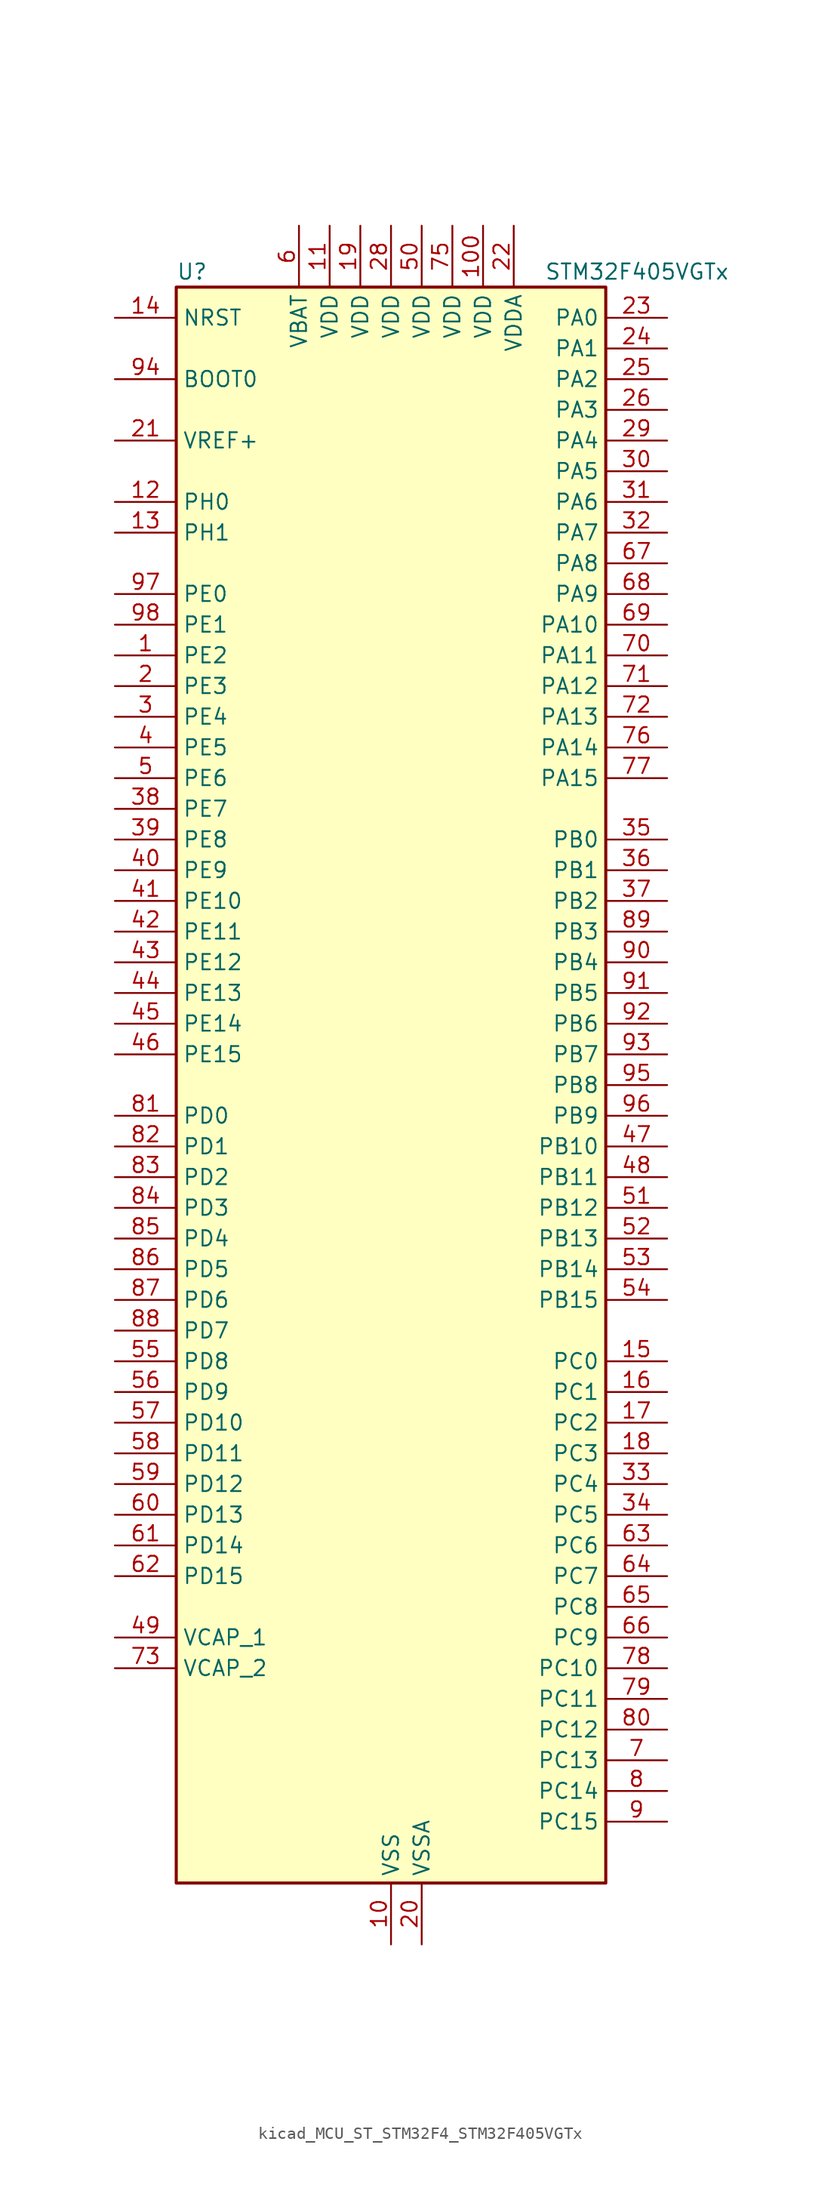
<source format=kicad_sym>
(kicad_symbol_lib
  (version 20220914)
  (generator kicad_symbol_editor)
  (symbol "kicad_MCU_ST_STM32F4_STM32F405VGTx"
    (property "Reference" "U"
      (at -17.78 67.31 0)
      (effects (font (size 1.27 1.27)) (justify left)))
    (property "Value" "STM32F405VGTx"
      (at 12.7 67.31 0)
      (effects (font (size 1.27 1.27)) (justify left)))
    (property "ki_locked" ""
      (at 0 0 0)
      (effects (font (size 1.27 1.27))))
    (symbol "kicad_MCU_ST_STM32F4_STM32F405VGTx_0_1"
      (rectangle (start -17.78 -66.04) (end 17.78 66.04) (stroke (width 0.254) (type default)) (fill (type background))))
    (symbol "kicad_MCU_ST_STM32F4_STM32F405VGTx_1_1"
      (pin bidirectional line (at -22.86 35.56 0) (length 5.08) (name "PE2" (effects (font (size 1.27 1.27)))) (number "1" (effects (font (size 1.27 1.27)))) (alternate "FSMC_A23" bidirectional line) (alternate "SYS_TRACECLK" bidirectional line))
      (pin power_in line (at 0 -71.12 90) (length 5.08) (name "VSS" (effects (font (size 1.27 1.27)))) (number "10" (effects (font (size 1.27 1.27)))))
      (pin power_in line (at 7.62 71.12 270) (length 5.08) (name "VDD" (effects (font (size 1.27 1.27)))) (number "100" (effects (font (size 1.27 1.27)))))
      (pin power_in line (at -5.08 71.12 270) (length 5.08) (name "VDD" (effects (font (size 1.27 1.27)))) (number "11" (effects (font (size 1.27 1.27)))))
      (pin bidirectional line (at -22.86 48.26 0) (length 5.08) (name "PH0" (effects (font (size 1.27 1.27)))) (number "12" (effects (font (size 1.27 1.27)))) (alternate "RCC_OSC_IN" bidirectional line))
      (pin bidirectional line (at -22.86 45.72 0) (length 5.08) (name "PH1" (effects (font (size 1.27 1.27)))) (number "13" (effects (font (size 1.27 1.27)))) (alternate "RCC_OSC_OUT" bidirectional line))
      (pin input line (at -22.86 63.5 0) (length 5.08) (name "NRST" (effects (font (size 1.27 1.27)))) (number "14" (effects (font (size 1.27 1.27)))))
      (pin bidirectional line (at 22.86 -22.86 180) (length 5.08) (name "PC0" (effects (font (size 1.27 1.27)))) (number "15" (effects (font (size 1.27 1.27)))) (alternate "ADC1_IN10" bidirectional line) (alternate "ADC2_IN10" bidirectional line) (alternate "ADC3_IN10" bidirectional line) (alternate "USB_OTG_HS_ULPI_STP" bidirectional line))
      (pin bidirectional line (at 22.86 -25.4 180) (length 5.08) (name "PC1" (effects (font (size 1.27 1.27)))) (number "16" (effects (font (size 1.27 1.27)))) (alternate "ADC1_IN11" bidirectional line) (alternate "ADC2_IN11" bidirectional line) (alternate "ADC3_IN11" bidirectional line))
      (pin bidirectional line (at 22.86 -27.94 180) (length 5.08) (name "PC2" (effects (font (size 1.27 1.27)))) (number "17" (effects (font (size 1.27 1.27)))) (alternate "ADC1_IN12" bidirectional line) (alternate "ADC2_IN12" bidirectional line) (alternate "ADC3_IN12" bidirectional line) (alternate "I2S2_ext_SD" bidirectional line) (alternate "SPI2_MISO" bidirectional line) (alternate "USB_OTG_HS_ULPI_DIR" bidirectional line))
      (pin bidirectional line (at 22.86 -30.48 180) (length 5.08) (name "PC3" (effects (font (size 1.27 1.27)))) (number "18" (effects (font (size 1.27 1.27)))) (alternate "ADC1_IN13" bidirectional line) (alternate "ADC2_IN13" bidirectional line) (alternate "ADC3_IN13" bidirectional line) (alternate "I2S2_SD" bidirectional line) (alternate "SPI2_MOSI" bidirectional line) (alternate "USB_OTG_HS_ULPI_NXT" bidirectional line))
      (pin power_in line (at -2.54 71.12 270) (length 5.08) (name "VDD" (effects (font (size 1.27 1.27)))) (number "19" (effects (font (size 1.27 1.27)))))
      (pin bidirectional line (at -22.86 33.02 0) (length 5.08) (name "PE3" (effects (font (size 1.27 1.27)))) (number "2" (effects (font (size 1.27 1.27)))) (alternate "FSMC_A19" bidirectional line) (alternate "SYS_TRACED0" bidirectional line))
      (pin power_in line (at 2.54 -71.12 90) (length 5.08) (name "VSSA" (effects (font (size 1.27 1.27)))) (number "20" (effects (font (size 1.27 1.27)))))
      (pin input line (at -22.86 53.34 0) (length 5.08) (name "VREF+" (effects (font (size 1.27 1.27)))) (number "21" (effects (font (size 1.27 1.27)))))
      (pin power_in line (at 10.16 71.12 270) (length 5.08) (name "VDDA" (effects (font (size 1.27 1.27)))) (number "22" (effects (font (size 1.27 1.27)))))
      (pin bidirectional line (at 22.86 63.5 180) (length 5.08) (name "PA0" (effects (font (size 1.27 1.27)))) (number "23" (effects (font (size 1.27 1.27)))) (alternate "ADC1_IN0" bidirectional line) (alternate "ADC2_IN0" bidirectional line) (alternate "ADC3_IN0" bidirectional line) (alternate "SYS_WKUP" bidirectional line) (alternate "TIM2_CH1" bidirectional line) (alternate "TIM2_ETR" bidirectional line) (alternate "TIM5_CH1" bidirectional line) (alternate "TIM8_ETR" bidirectional line) (alternate "UART4_TX" bidirectional line) (alternate "USART2_CTS" bidirectional line))
      (pin bidirectional line (at 22.86 60.96 180) (length 5.08) (name "PA1" (effects (font (size 1.27 1.27)))) (number "24" (effects (font (size 1.27 1.27)))) (alternate "ADC1_IN1" bidirectional line) (alternate "ADC2_IN1" bidirectional line) (alternate "ADC3_IN1" bidirectional line) (alternate "TIM2_CH2" bidirectional line) (alternate "TIM5_CH2" bidirectional line) (alternate "UART4_RX" bidirectional line) (alternate "USART2_RTS" bidirectional line))
      (pin bidirectional line (at 22.86 58.42 180) (length 5.08) (name "PA2" (effects (font (size 1.27 1.27)))) (number "25" (effects (font (size 1.27 1.27)))) (alternate "ADC1_IN2" bidirectional line) (alternate "ADC2_IN2" bidirectional line) (alternate "ADC3_IN2" bidirectional line) (alternate "TIM2_CH3" bidirectional line) (alternate "TIM5_CH3" bidirectional line) (alternate "TIM9_CH1" bidirectional line) (alternate "USART2_TX" bidirectional line))
      (pin bidirectional line (at 22.86 55.88 180) (length 5.08) (name "PA3" (effects (font (size 1.27 1.27)))) (number "26" (effects (font (size 1.27 1.27)))) (alternate "ADC1_IN3" bidirectional line) (alternate "ADC2_IN3" bidirectional line) (alternate "ADC3_IN3" bidirectional line) (alternate "TIM2_CH4" bidirectional line) (alternate "TIM5_CH4" bidirectional line) (alternate "TIM9_CH2" bidirectional line) (alternate "USART2_RX" bidirectional line) (alternate "USB_OTG_HS_ULPI_D0" bidirectional line))
      (pin passive line (at 0 -71.12 90) (length 5.08) hide (name "VSS" (effects (font (size 1.27 1.27)))) (number "27" (effects (font (size 1.27 1.27)))))
      (pin power_in line (at 0 71.12 270) (length 5.08) (name "VDD" (effects (font (size 1.27 1.27)))) (number "28" (effects (font (size 1.27 1.27)))))
      (pin bidirectional line (at 22.86 53.34 180) (length 5.08) (name "PA4" (effects (font (size 1.27 1.27)))) (number "29" (effects (font (size 1.27 1.27)))) (alternate "ADC1_IN4" bidirectional line) (alternate "ADC2_IN4" bidirectional line) (alternate "DAC_OUT1" bidirectional line) (alternate "I2S3_WS" bidirectional line) (alternate "SPI1_NSS" bidirectional line) (alternate "SPI3_NSS" bidirectional line) (alternate "USART2_CK" bidirectional line) (alternate "USB_OTG_HS_SOF" bidirectional line))
      (pin bidirectional line (at -22.86 30.48 0) (length 5.08) (name "PE4" (effects (font (size 1.27 1.27)))) (number "3" (effects (font (size 1.27 1.27)))) (alternate "FSMC_A20" bidirectional line) (alternate "SYS_TRACED1" bidirectional line))
      (pin bidirectional line (at 22.86 50.8 180) (length 5.08) (name "PA5" (effects (font (size 1.27 1.27)))) (number "30" (effects (font (size 1.27 1.27)))) (alternate "ADC1_IN5" bidirectional line) (alternate "ADC2_IN5" bidirectional line) (alternate "DAC_OUT2" bidirectional line) (alternate "SPI1_SCK" bidirectional line) (alternate "TIM2_CH1" bidirectional line) (alternate "TIM2_ETR" bidirectional line) (alternate "TIM8_CH1N" bidirectional line) (alternate "USB_OTG_HS_ULPI_CK" bidirectional line))
      (pin bidirectional line (at 22.86 48.26 180) (length 5.08) (name "PA6" (effects (font (size 1.27 1.27)))) (number "31" (effects (font (size 1.27 1.27)))) (alternate "ADC1_IN6" bidirectional line) (alternate "ADC2_IN6" bidirectional line) (alternate "SPI1_MISO" bidirectional line) (alternate "TIM13_CH1" bidirectional line) (alternate "TIM1_BKIN" bidirectional line) (alternate "TIM3_CH1" bidirectional line) (alternate "TIM8_BKIN" bidirectional line))
      (pin bidirectional line (at 22.86 45.72 180) (length 5.08) (name "PA7" (effects (font (size 1.27 1.27)))) (number "32" (effects (font (size 1.27 1.27)))) (alternate "ADC1_IN7" bidirectional line) (alternate "ADC2_IN7" bidirectional line) (alternate "SPI1_MOSI" bidirectional line) (alternate "TIM14_CH1" bidirectional line) (alternate "TIM1_CH1N" bidirectional line) (alternate "TIM3_CH2" bidirectional line) (alternate "TIM8_CH1N" bidirectional line))
      (pin bidirectional line (at 22.86 -33.02 180) (length 5.08) (name "PC4" (effects (font (size 1.27 1.27)))) (number "33" (effects (font (size 1.27 1.27)))) (alternate "ADC1_IN14" bidirectional line) (alternate "ADC2_IN14" bidirectional line))
      (pin bidirectional line (at 22.86 -35.56 180) (length 5.08) (name "PC5" (effects (font (size 1.27 1.27)))) (number "34" (effects (font (size 1.27 1.27)))) (alternate "ADC1_IN15" bidirectional line) (alternate "ADC2_IN15" bidirectional line))
      (pin bidirectional line (at 22.86 20.32 180) (length 5.08) (name "PB0" (effects (font (size 1.27 1.27)))) (number "35" (effects (font (size 1.27 1.27)))) (alternate "ADC1_IN8" bidirectional line) (alternate "ADC2_IN8" bidirectional line) (alternate "TIM1_CH2N" bidirectional line) (alternate "TIM3_CH3" bidirectional line) (alternate "TIM8_CH2N" bidirectional line) (alternate "USB_OTG_HS_ULPI_D1" bidirectional line))
      (pin bidirectional line (at 22.86 17.78 180) (length 5.08) (name "PB1" (effects (font (size 1.27 1.27)))) (number "36" (effects (font (size 1.27 1.27)))) (alternate "ADC1_IN9" bidirectional line) (alternate "ADC2_IN9" bidirectional line) (alternate "TIM1_CH3N" bidirectional line) (alternate "TIM3_CH4" bidirectional line) (alternate "TIM8_CH3N" bidirectional line) (alternate "USB_OTG_HS_ULPI_D2" bidirectional line))
      (pin bidirectional line (at 22.86 15.24 180) (length 5.08) (name "PB2" (effects (font (size 1.27 1.27)))) (number "37" (effects (font (size 1.27 1.27)))))
      (pin bidirectional line (at -22.86 22.86 0) (length 5.08) (name "PE7" (effects (font (size 1.27 1.27)))) (number "38" (effects (font (size 1.27 1.27)))) (alternate "FSMC_D4" bidirectional line) (alternate "FSMC_DA4" bidirectional line) (alternate "TIM1_ETR" bidirectional line))
      (pin bidirectional line (at -22.86 20.32 0) (length 5.08) (name "PE8" (effects (font (size 1.27 1.27)))) (number "39" (effects (font (size 1.27 1.27)))) (alternate "FSMC_D5" bidirectional line) (alternate "FSMC_DA5" bidirectional line) (alternate "TIM1_CH1N" bidirectional line))
      (pin bidirectional line (at -22.86 27.94 0) (length 5.08) (name "PE5" (effects (font (size 1.27 1.27)))) (number "4" (effects (font (size 1.27 1.27)))) (alternate "FSMC_A21" bidirectional line) (alternate "SYS_TRACED2" bidirectional line) (alternate "TIM9_CH1" bidirectional line))
      (pin bidirectional line (at -22.86 17.78 0) (length 5.08) (name "PE9" (effects (font (size 1.27 1.27)))) (number "40" (effects (font (size 1.27 1.27)))) (alternate "DAC_EXTI9" bidirectional line) (alternate "FSMC_D6" bidirectional line) (alternate "FSMC_DA6" bidirectional line) (alternate "TIM1_CH1" bidirectional line))
      (pin bidirectional line (at -22.86 15.24 0) (length 5.08) (name "PE10" (effects (font (size 1.27 1.27)))) (number "41" (effects (font (size 1.27 1.27)))) (alternate "FSMC_D7" bidirectional line) (alternate "FSMC_DA7" bidirectional line) (alternate "TIM1_CH2N" bidirectional line))
      (pin bidirectional line (at -22.86 12.7 0) (length 5.08) (name "PE11" (effects (font (size 1.27 1.27)))) (number "42" (effects (font (size 1.27 1.27)))) (alternate "ADC1_EXTI11" bidirectional line) (alternate "ADC2_EXTI11" bidirectional line) (alternate "ADC3_EXTI11" bidirectional line) (alternate "FSMC_D8" bidirectional line) (alternate "FSMC_DA8" bidirectional line) (alternate "TIM1_CH2" bidirectional line))
      (pin bidirectional line (at -22.86 10.16 0) (length 5.08) (name "PE12" (effects (font (size 1.27 1.27)))) (number "43" (effects (font (size 1.27 1.27)))) (alternate "FSMC_D9" bidirectional line) (alternate "FSMC_DA9" bidirectional line) (alternate "TIM1_CH3N" bidirectional line))
      (pin bidirectional line (at -22.86 7.62 0) (length 5.08) (name "PE13" (effects (font (size 1.27 1.27)))) (number "44" (effects (font (size 1.27 1.27)))) (alternate "FSMC_D10" bidirectional line) (alternate "FSMC_DA10" bidirectional line) (alternate "TIM1_CH3" bidirectional line))
      (pin bidirectional line (at -22.86 5.08 0) (length 5.08) (name "PE14" (effects (font (size 1.27 1.27)))) (number "45" (effects (font (size 1.27 1.27)))) (alternate "FSMC_D11" bidirectional line) (alternate "FSMC_DA11" bidirectional line) (alternate "TIM1_CH4" bidirectional line))
      (pin bidirectional line (at -22.86 2.54 0) (length 5.08) (name "PE15" (effects (font (size 1.27 1.27)))) (number "46" (effects (font (size 1.27 1.27)))) (alternate "ADC1_EXTI15" bidirectional line) (alternate "ADC2_EXTI15" bidirectional line) (alternate "ADC3_EXTI15" bidirectional line) (alternate "FSMC_D12" bidirectional line) (alternate "FSMC_DA12" bidirectional line) (alternate "TIM1_BKIN" bidirectional line))
      (pin bidirectional line (at 22.86 -5.08 180) (length 5.08) (name "PB10" (effects (font (size 1.27 1.27)))) (number "47" (effects (font (size 1.27 1.27)))) (alternate "I2C2_SCL" bidirectional line) (alternate "I2S2_CK" bidirectional line) (alternate "SPI2_SCK" bidirectional line) (alternate "TIM2_CH3" bidirectional line) (alternate "USART3_TX" bidirectional line) (alternate "USB_OTG_HS_ULPI_D3" bidirectional line))
      (pin bidirectional line (at 22.86 -7.62 180) (length 5.08) (name "PB11" (effects (font (size 1.27 1.27)))) (number "48" (effects (font (size 1.27 1.27)))) (alternate "ADC1_EXTI11" bidirectional line) (alternate "ADC2_EXTI11" bidirectional line) (alternate "ADC3_EXTI11" bidirectional line) (alternate "I2C2_SDA" bidirectional line) (alternate "TIM2_CH4" bidirectional line) (alternate "USART3_RX" bidirectional line) (alternate "USB_OTG_HS_ULPI_D4" bidirectional line))
      (pin power_out line (at -22.86 -45.72 0) (length 5.08) (name "VCAP_1" (effects (font (size 1.27 1.27)))) (number "49" (effects (font (size 1.27 1.27)))))
      (pin bidirectional line (at -22.86 25.4 0) (length 5.08) (name "PE6" (effects (font (size 1.27 1.27)))) (number "5" (effects (font (size 1.27 1.27)))) (alternate "FSMC_A22" bidirectional line) (alternate "SYS_TRACED3" bidirectional line) (alternate "TIM9_CH2" bidirectional line))
      (pin power_in line (at 2.54 71.12 270) (length 5.08) (name "VDD" (effects (font (size 1.27 1.27)))) (number "50" (effects (font (size 1.27 1.27)))))
      (pin bidirectional line (at 22.86 -10.16 180) (length 5.08) (name "PB12" (effects (font (size 1.27 1.27)))) (number "51" (effects (font (size 1.27 1.27)))) (alternate "CAN2_RX" bidirectional line) (alternate "I2C2_SMBA" bidirectional line) (alternate "I2S2_WS" bidirectional line) (alternate "SPI2_NSS" bidirectional line) (alternate "TIM1_BKIN" bidirectional line) (alternate "USART3_CK" bidirectional line) (alternate "USB_OTG_HS_ID" bidirectional line) (alternate "USB_OTG_HS_ULPI_D5" bidirectional line))
      (pin bidirectional line (at 22.86 -12.7 180) (length 5.08) (name "PB13" (effects (font (size 1.27 1.27)))) (number "52" (effects (font (size 1.27 1.27)))) (alternate "CAN2_TX" bidirectional line) (alternate "I2S2_CK" bidirectional line) (alternate "SPI2_SCK" bidirectional line) (alternate "TIM1_CH1N" bidirectional line) (alternate "USART3_CTS" bidirectional line) (alternate "USB_OTG_HS_ULPI_D6" bidirectional line) (alternate "USB_OTG_HS_VBUS" bidirectional line))
      (pin bidirectional line (at 22.86 -15.24 180) (length 5.08) (name "PB14" (effects (font (size 1.27 1.27)))) (number "53" (effects (font (size 1.27 1.27)))) (alternate "I2S2_ext_SD" bidirectional line) (alternate "SPI2_MISO" bidirectional line) (alternate "TIM12_CH1" bidirectional line) (alternate "TIM1_CH2N" bidirectional line) (alternate "TIM8_CH2N" bidirectional line) (alternate "USART3_RTS" bidirectional line) (alternate "USB_OTG_HS_DM" bidirectional line))
      (pin bidirectional line (at 22.86 -17.78 180) (length 5.08) (name "PB15" (effects (font (size 1.27 1.27)))) (number "54" (effects (font (size 1.27 1.27)))) (alternate "ADC1_EXTI15" bidirectional line) (alternate "ADC2_EXTI15" bidirectional line) (alternate "ADC3_EXTI15" bidirectional line) (alternate "I2S2_SD" bidirectional line) (alternate "RTC_REFIN" bidirectional line) (alternate "SPI2_MOSI" bidirectional line) (alternate "TIM12_CH2" bidirectional line) (alternate "TIM1_CH3N" bidirectional line) (alternate "TIM8_CH3N" bidirectional line) (alternate "USB_OTG_HS_DP" bidirectional line))
      (pin bidirectional line (at -22.86 -22.86 0) (length 5.08) (name "PD8" (effects (font (size 1.27 1.27)))) (number "55" (effects (font (size 1.27 1.27)))) (alternate "FSMC_D13" bidirectional line) (alternate "FSMC_DA13" bidirectional line) (alternate "USART3_TX" bidirectional line))
      (pin bidirectional line (at -22.86 -25.4 0) (length 5.08) (name "PD9" (effects (font (size 1.27 1.27)))) (number "56" (effects (font (size 1.27 1.27)))) (alternate "DAC_EXTI9" bidirectional line) (alternate "FSMC_D14" bidirectional line) (alternate "FSMC_DA14" bidirectional line) (alternate "USART3_RX" bidirectional line))
      (pin bidirectional line (at -22.86 -27.94 0) (length 5.08) (name "PD10" (effects (font (size 1.27 1.27)))) (number "57" (effects (font (size 1.27 1.27)))) (alternate "FSMC_D15" bidirectional line) (alternate "FSMC_DA15" bidirectional line) (alternate "USART3_CK" bidirectional line))
      (pin bidirectional line (at -22.86 -30.48 0) (length 5.08) (name "PD11" (effects (font (size 1.27 1.27)))) (number "58" (effects (font (size 1.27 1.27)))) (alternate "ADC1_EXTI11" bidirectional line) (alternate "ADC2_EXTI11" bidirectional line) (alternate "ADC3_EXTI11" bidirectional line) (alternate "FSMC_A16" bidirectional line) (alternate "FSMC_CLE" bidirectional line) (alternate "USART3_CTS" bidirectional line))
      (pin bidirectional line (at -22.86 -33.02 0) (length 5.08) (name "PD12" (effects (font (size 1.27 1.27)))) (number "59" (effects (font (size 1.27 1.27)))) (alternate "FSMC_A17" bidirectional line) (alternate "FSMC_ALE" bidirectional line) (alternate "TIM4_CH1" bidirectional line) (alternate "USART3_RTS" bidirectional line))
      (pin power_in line (at -7.62 71.12 270) (length 5.08) (name "VBAT" (effects (font (size 1.27 1.27)))) (number "6" (effects (font (size 1.27 1.27)))))
      (pin bidirectional line (at -22.86 -35.56 0) (length 5.08) (name "PD13" (effects (font (size 1.27 1.27)))) (number "60" (effects (font (size 1.27 1.27)))) (alternate "FSMC_A18" bidirectional line) (alternate "TIM4_CH2" bidirectional line))
      (pin bidirectional line (at -22.86 -38.1 0) (length 5.08) (name "PD14" (effects (font (size 1.27 1.27)))) (number "61" (effects (font (size 1.27 1.27)))) (alternate "FSMC_D0" bidirectional line) (alternate "FSMC_DA0" bidirectional line) (alternate "TIM4_CH3" bidirectional line))
      (pin bidirectional line (at -22.86 -40.64 0) (length 5.08) (name "PD15" (effects (font (size 1.27 1.27)))) (number "62" (effects (font (size 1.27 1.27)))) (alternate "ADC1_EXTI15" bidirectional line) (alternate "ADC2_EXTI15" bidirectional line) (alternate "ADC3_EXTI15" bidirectional line) (alternate "FSMC_D1" bidirectional line) (alternate "FSMC_DA1" bidirectional line) (alternate "TIM4_CH4" bidirectional line))
      (pin bidirectional line (at 22.86 -38.1 180) (length 5.08) (name "PC6" (effects (font (size 1.27 1.27)))) (number "63" (effects (font (size 1.27 1.27)))) (alternate "I2S2_MCK" bidirectional line) (alternate "SDIO_D6" bidirectional line) (alternate "TIM3_CH1" bidirectional line) (alternate "TIM8_CH1" bidirectional line) (alternate "USART6_TX" bidirectional line))
      (pin bidirectional line (at 22.86 -40.64 180) (length 5.08) (name "PC7" (effects (font (size 1.27 1.27)))) (number "64" (effects (font (size 1.27 1.27)))) (alternate "I2S3_MCK" bidirectional line) (alternate "SDIO_D7" bidirectional line) (alternate "TIM3_CH2" bidirectional line) (alternate "TIM8_CH2" bidirectional line) (alternate "USART6_RX" bidirectional line))
      (pin bidirectional line (at 22.86 -43.18 180) (length 5.08) (name "PC8" (effects (font (size 1.27 1.27)))) (number "65" (effects (font (size 1.27 1.27)))) (alternate "SDIO_D0" bidirectional line) (alternate "TIM3_CH3" bidirectional line) (alternate "TIM8_CH3" bidirectional line) (alternate "USART6_CK" bidirectional line))
      (pin bidirectional line (at 22.86 -45.72 180) (length 5.08) (name "PC9" (effects (font (size 1.27 1.27)))) (number "66" (effects (font (size 1.27 1.27)))) (alternate "DAC_EXTI9" bidirectional line) (alternate "I2C3_SDA" bidirectional line) (alternate "I2S_CKIN" bidirectional line) (alternate "RCC_MCO_2" bidirectional line) (alternate "SDIO_D1" bidirectional line) (alternate "TIM3_CH4" bidirectional line) (alternate "TIM8_CH4" bidirectional line))
      (pin bidirectional line (at 22.86 43.18 180) (length 5.08) (name "PA8" (effects (font (size 1.27 1.27)))) (number "67" (effects (font (size 1.27 1.27)))) (alternate "I2C3_SCL" bidirectional line) (alternate "RCC_MCO_1" bidirectional line) (alternate "TIM1_CH1" bidirectional line) (alternate "USART1_CK" bidirectional line) (alternate "USB_OTG_FS_SOF" bidirectional line))
      (pin bidirectional line (at 22.86 40.64 180) (length 5.08) (name "PA9" (effects (font (size 1.27 1.27)))) (number "68" (effects (font (size 1.27 1.27)))) (alternate "DAC_EXTI9" bidirectional line) (alternate "I2C3_SMBA" bidirectional line) (alternate "TIM1_CH2" bidirectional line) (alternate "USART1_TX" bidirectional line) (alternate "USB_OTG_FS_VBUS" bidirectional line))
      (pin bidirectional line (at 22.86 38.1 180) (length 5.08) (name "PA10" (effects (font (size 1.27 1.27)))) (number "69" (effects (font (size 1.27 1.27)))) (alternate "TIM1_CH3" bidirectional line) (alternate "USART1_RX" bidirectional line) (alternate "USB_OTG_FS_ID" bidirectional line))
      (pin bidirectional line (at 22.86 -55.88 180) (length 5.08) (name "PC13" (effects (font (size 1.27 1.27)))) (number "7" (effects (font (size 1.27 1.27)))) (alternate "RTC_AF1" bidirectional line))
      (pin bidirectional line (at 22.86 35.56 180) (length 5.08) (name "PA11" (effects (font (size 1.27 1.27)))) (number "70" (effects (font (size 1.27 1.27)))) (alternate "ADC1_EXTI11" bidirectional line) (alternate "ADC2_EXTI11" bidirectional line) (alternate "ADC3_EXTI11" bidirectional line) (alternate "CAN1_RX" bidirectional line) (alternate "TIM1_CH4" bidirectional line) (alternate "USART1_CTS" bidirectional line) (alternate "USB_OTG_FS_DM" bidirectional line))
      (pin bidirectional line (at 22.86 33.02 180) (length 5.08) (name "PA12" (effects (font (size 1.27 1.27)))) (number "71" (effects (font (size 1.27 1.27)))) (alternate "CAN1_TX" bidirectional line) (alternate "TIM1_ETR" bidirectional line) (alternate "USART1_RTS" bidirectional line) (alternate "USB_OTG_FS_DP" bidirectional line))
      (pin bidirectional line (at 22.86 30.48 180) (length 5.08) (name "PA13" (effects (font (size 1.27 1.27)))) (number "72" (effects (font (size 1.27 1.27)))) (alternate "SYS_JTMS-SWDIO" bidirectional line))
      (pin power_out line (at -22.86 -48.26 0) (length 5.08) (name "VCAP_2" (effects (font (size 1.27 1.27)))) (number "73" (effects (font (size 1.27 1.27)))))
      (pin passive line (at 0 -71.12 90) (length 5.08) hide (name "VSS" (effects (font (size 1.27 1.27)))) (number "74" (effects (font (size 1.27 1.27)))))
      (pin power_in line (at 5.08 71.12 270) (length 5.08) (name "VDD" (effects (font (size 1.27 1.27)))) (number "75" (effects (font (size 1.27 1.27)))))
      (pin bidirectional line (at 22.86 27.94 180) (length 5.08) (name "PA14" (effects (font (size 1.27 1.27)))) (number "76" (effects (font (size 1.27 1.27)))) (alternate "SYS_JTCK-SWCLK" bidirectional line))
      (pin bidirectional line (at 22.86 25.4 180) (length 5.08) (name "PA15" (effects (font (size 1.27 1.27)))) (number "77" (effects (font (size 1.27 1.27)))) (alternate "ADC1_EXTI15" bidirectional line) (alternate "ADC2_EXTI15" bidirectional line) (alternate "ADC3_EXTI15" bidirectional line) (alternate "I2S3_WS" bidirectional line) (alternate "SPI1_NSS" bidirectional line) (alternate "SPI3_NSS" bidirectional line) (alternate "SYS_JTDI" bidirectional line) (alternate "TIM2_CH1" bidirectional line) (alternate "TIM2_ETR" bidirectional line))
      (pin bidirectional line (at 22.86 -48.26 180) (length 5.08) (name "PC10" (effects (font (size 1.27 1.27)))) (number "78" (effects (font (size 1.27 1.27)))) (alternate "I2S3_CK" bidirectional line) (alternate "SDIO_D2" bidirectional line) (alternate "SPI3_SCK" bidirectional line) (alternate "UART4_TX" bidirectional line) (alternate "USART3_TX" bidirectional line))
      (pin bidirectional line (at 22.86 -50.8 180) (length 5.08) (name "PC11" (effects (font (size 1.27 1.27)))) (number "79" (effects (font (size 1.27 1.27)))) (alternate "ADC1_EXTI11" bidirectional line) (alternate "ADC2_EXTI11" bidirectional line) (alternate "ADC3_EXTI11" bidirectional line) (alternate "I2S3_ext_SD" bidirectional line) (alternate "SDIO_D3" bidirectional line) (alternate "SPI3_MISO" bidirectional line) (alternate "UART4_RX" bidirectional line) (alternate "USART3_RX" bidirectional line))
      (pin bidirectional line (at 22.86 -58.42 180) (length 5.08) (name "PC14" (effects (font (size 1.27 1.27)))) (number "8" (effects (font (size 1.27 1.27)))) (alternate "RCC_OSC32_IN" bidirectional line))
      (pin bidirectional line (at 22.86 -53.34 180) (length 5.08) (name "PC12" (effects (font (size 1.27 1.27)))) (number "80" (effects (font (size 1.27 1.27)))) (alternate "I2S3_SD" bidirectional line) (alternate "SDIO_CK" bidirectional line) (alternate "SPI3_MOSI" bidirectional line) (alternate "UART5_TX" bidirectional line) (alternate "USART3_CK" bidirectional line))
      (pin bidirectional line (at -22.86 -2.54 0) (length 5.08) (name "PD0" (effects (font (size 1.27 1.27)))) (number "81" (effects (font (size 1.27 1.27)))) (alternate "CAN1_RX" bidirectional line) (alternate "FSMC_D2" bidirectional line) (alternate "FSMC_DA2" bidirectional line))
      (pin bidirectional line (at -22.86 -5.08 0) (length 5.08) (name "PD1" (effects (font (size 1.27 1.27)))) (number "82" (effects (font (size 1.27 1.27)))) (alternate "CAN1_TX" bidirectional line) (alternate "FSMC_D3" bidirectional line) (alternate "FSMC_DA3" bidirectional line))
      (pin bidirectional line (at -22.86 -7.62 0) (length 5.08) (name "PD2" (effects (font (size 1.27 1.27)))) (number "83" (effects (font (size 1.27 1.27)))) (alternate "SDIO_CMD" bidirectional line) (alternate "TIM3_ETR" bidirectional line) (alternate "UART5_RX" bidirectional line))
      (pin bidirectional line (at -22.86 -10.16 0) (length 5.08) (name "PD3" (effects (font (size 1.27 1.27)))) (number "84" (effects (font (size 1.27 1.27)))) (alternate "FSMC_CLK" bidirectional line) (alternate "USART2_CTS" bidirectional line))
      (pin bidirectional line (at -22.86 -12.7 0) (length 5.08) (name "PD4" (effects (font (size 1.27 1.27)))) (number "85" (effects (font (size 1.27 1.27)))) (alternate "FSMC_NOE" bidirectional line) (alternate "USART2_RTS" bidirectional line))
      (pin bidirectional line (at -22.86 -15.24 0) (length 5.08) (name "PD5" (effects (font (size 1.27 1.27)))) (number "86" (effects (font (size 1.27 1.27)))) (alternate "FSMC_NWE" bidirectional line) (alternate "USART2_TX" bidirectional line))
      (pin bidirectional line (at -22.86 -17.78 0) (length 5.08) (name "PD6" (effects (font (size 1.27 1.27)))) (number "87" (effects (font (size 1.27 1.27)))) (alternate "FSMC_NWAIT" bidirectional line) (alternate "USART2_RX" bidirectional line))
      (pin bidirectional line (at -22.86 -20.32 0) (length 5.08) (name "PD7" (effects (font (size 1.27 1.27)))) (number "88" (effects (font (size 1.27 1.27)))) (alternate "FSMC_NCE2" bidirectional line) (alternate "FSMC_NE1" bidirectional line) (alternate "USART2_CK" bidirectional line))
      (pin bidirectional line (at 22.86 12.7 180) (length 5.08) (name "PB3" (effects (font (size 1.27 1.27)))) (number "89" (effects (font (size 1.27 1.27)))) (alternate "I2S3_CK" bidirectional line) (alternate "SPI1_SCK" bidirectional line) (alternate "SPI3_SCK" bidirectional line) (alternate "SYS_JTDO-SWO" bidirectional line) (alternate "TIM2_CH2" bidirectional line))
      (pin bidirectional line (at 22.86 -60.96 180) (length 5.08) (name "PC15" (effects (font (size 1.27 1.27)))) (number "9" (effects (font (size 1.27 1.27)))) (alternate "ADC1_EXTI15" bidirectional line) (alternate "ADC2_EXTI15" bidirectional line) (alternate "ADC3_EXTI15" bidirectional line) (alternate "RCC_OSC32_OUT" bidirectional line))
      (pin bidirectional line (at 22.86 10.16 180) (length 5.08) (name "PB4" (effects (font (size 1.27 1.27)))) (number "90" (effects (font (size 1.27 1.27)))) (alternate "I2S3_ext_SD" bidirectional line) (alternate "SPI1_MISO" bidirectional line) (alternate "SPI3_MISO" bidirectional line) (alternate "SYS_JTRST" bidirectional line) (alternate "TIM3_CH1" bidirectional line))
      (pin bidirectional line (at 22.86 7.62 180) (length 5.08) (name "PB5" (effects (font (size 1.27 1.27)))) (number "91" (effects (font (size 1.27 1.27)))) (alternate "CAN2_RX" bidirectional line) (alternate "I2C1_SMBA" bidirectional line) (alternate "I2S3_SD" bidirectional line) (alternate "SPI1_MOSI" bidirectional line) (alternate "SPI3_MOSI" bidirectional line) (alternate "TIM3_CH2" bidirectional line) (alternate "USB_OTG_HS_ULPI_D7" bidirectional line))
      (pin bidirectional line (at 22.86 5.08 180) (length 5.08) (name "PB6" (effects (font (size 1.27 1.27)))) (number "92" (effects (font (size 1.27 1.27)))) (alternate "CAN2_TX" bidirectional line) (alternate "I2C1_SCL" bidirectional line) (alternate "TIM4_CH1" bidirectional line) (alternate "USART1_TX" bidirectional line))
      (pin bidirectional line (at 22.86 2.54 180) (length 5.08) (name "PB7" (effects (font (size 1.27 1.27)))) (number "93" (effects (font (size 1.27 1.27)))) (alternate "FSMC_NL" bidirectional line) (alternate "I2C1_SDA" bidirectional line) (alternate "TIM4_CH2" bidirectional line) (alternate "USART1_RX" bidirectional line))
      (pin input line (at -22.86 58.42 0) (length 5.08) (name "BOOT0" (effects (font (size 1.27 1.27)))) (number "94" (effects (font (size 1.27 1.27)))))
      (pin bidirectional line (at 22.86 0 180) (length 5.08) (name "PB8" (effects (font (size 1.27 1.27)))) (number "95" (effects (font (size 1.27 1.27)))) (alternate "CAN1_RX" bidirectional line) (alternate "I2C1_SCL" bidirectional line) (alternate "SDIO_D4" bidirectional line) (alternate "TIM10_CH1" bidirectional line) (alternate "TIM4_CH3" bidirectional line))
      (pin bidirectional line (at 22.86 -2.54 180) (length 5.08) (name "PB9" (effects (font (size 1.27 1.27)))) (number "96" (effects (font (size 1.27 1.27)))) (alternate "CAN1_TX" bidirectional line) (alternate "DAC_EXTI9" bidirectional line) (alternate "I2C1_SDA" bidirectional line) (alternate "I2S2_WS" bidirectional line) (alternate "SDIO_D5" bidirectional line) (alternate "SPI2_NSS" bidirectional line) (alternate "TIM11_CH1" bidirectional line) (alternate "TIM4_CH4" bidirectional line))
      (pin bidirectional line (at -22.86 40.64 0) (length 5.08) (name "PE0" (effects (font (size 1.27 1.27)))) (number "97" (effects (font (size 1.27 1.27)))) (alternate "FSMC_NBL0" bidirectional line) (alternate "TIM4_ETR" bidirectional line))
      (pin bidirectional line (at -22.86 38.1 0) (length 5.08) (name "PE1" (effects (font (size 1.27 1.27)))) (number "98" (effects (font (size 1.27 1.27)))) (alternate "FSMC_NBL1" bidirectional line))
      (pin passive line (at 0 -71.12 90) (length 5.08) hide (name "VSS" (effects (font (size 1.27 1.27)))) (number "99" (effects (font (size 1.27 1.27))))))))
</source>
